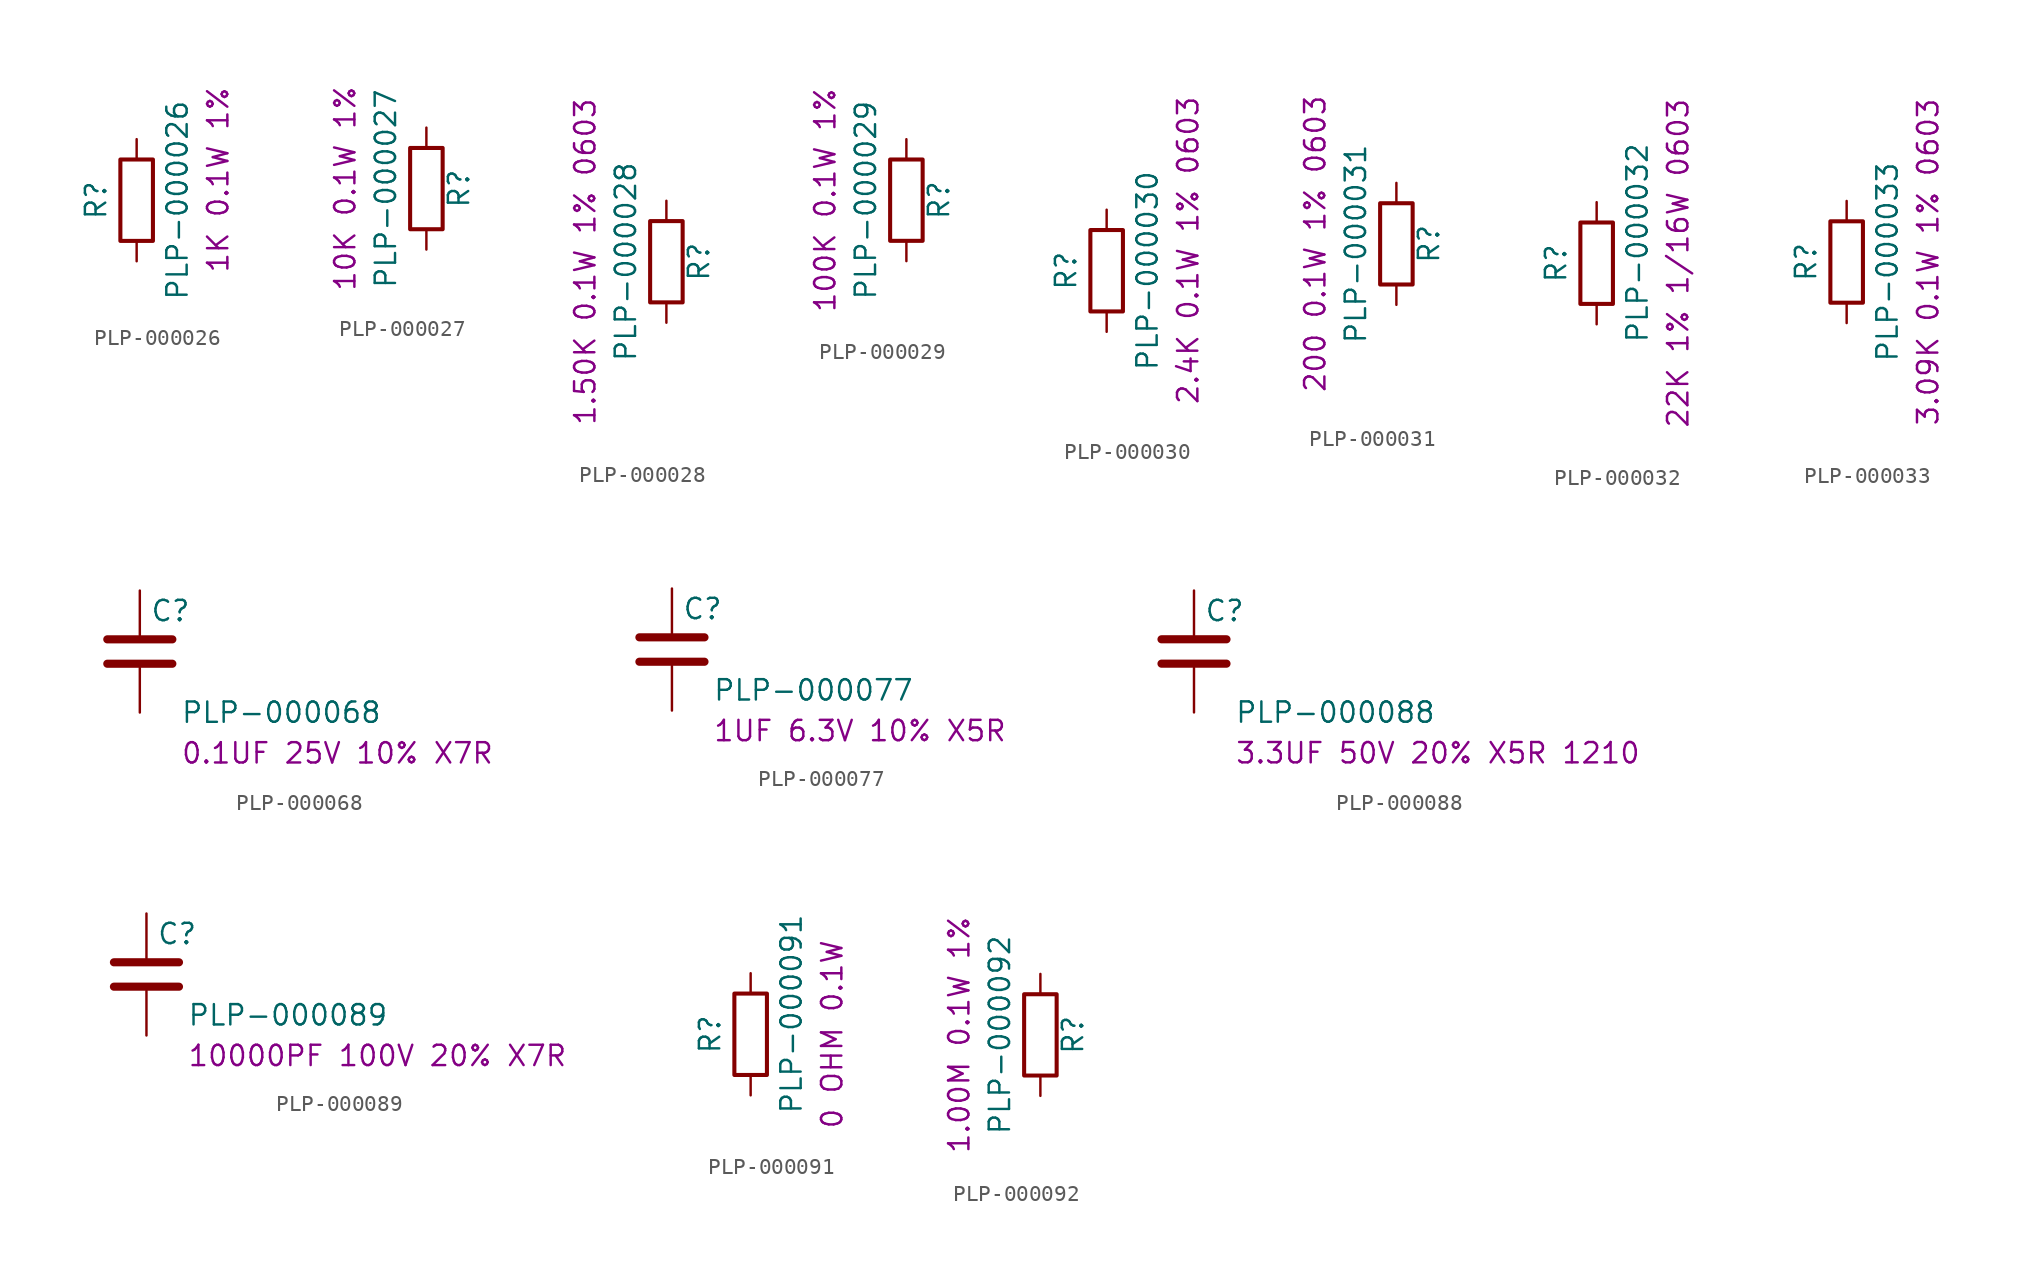
<source format=kicad_sym>
(kicad_symbol_lib
  (version 20241209)
  (generator "kicad_symbol_editor")
  (generator_version "9.0")
  (symbol "PLP-000026"
    (pin_numbers
      (hide yes))
    (pin_names
      (offset 0))
    (property "Reference" "R"
      (at -2.54 0 90)
      (effects (font (size 1.27 1.27))))
    (property "Value" "PLP-000026"
      (at 2.54 0 90)
      (effects (font (size 1.27 1.27))))
    (property "Info" "1K 0.1W 1%"
      (at 5.08 1.27 90)
      (effects (font (size 1.27 1.27))))
    (symbol "PLP-000026_0_1"
      (rectangle (start -1.016 -2.54) (end 1.016 2.54) (stroke (width 0.254) (type default)) (fill (type none))))
    (symbol "PLP-000026_1_1"
      (pin passive line (at 0 3.81 270) (length 1.27) (name "~" (effects (font (size 1.27 1.27)))) (number "1" (effects (font (size 1.27 1.27)))))
      (pin passive line (at 0 -3.81 90) (length 1.27) (name "~" (effects (font (size 1.27 1.27)))) (number "2" (effects (font (size 1.27 1.27)))))))
  (symbol "PLP-000027"
    (pin_numbers
      (hide yes))
    (pin_names
      (offset 0))
    (property "Reference" "R"
      (at 2.032 0 90)
      (effects (font (size 1.27 1.27))))
    (property "Value" "PLP-000027"
      (at -2.54 0 90)
      (effects (font (size 1.27 1.27))))
    (property "Info" "10K 0.1W 1%"
      (at -5.08 0 90)
      (effects (font (size 1.27 1.27))))
    (symbol "PLP-000027_0_1"
      (rectangle (start -1.016 -2.54) (end 1.016 2.54) (stroke (width 0.254) (type default)) (fill (type none))))
    (symbol "PLP-000027_1_1"
      (pin passive line (at 0 3.81 270) (length 1.27) (name "~" (effects (font (size 1.27 1.27)))) (number "1" (effects (font (size 1.27 1.27)))))
      (pin passive line (at 0 -3.81 90) (length 1.27) (name "~" (effects (font (size 1.27 1.27)))) (number "2" (effects (font (size 1.27 1.27)))))))
  (symbol "PLP-000028"
    (pin_numbers
      (hide yes))
    (pin_names
      (offset 0))
    (property "Reference" "R"
      (at 2.032 0 90)
      (effects (font (size 1.27 1.27))))
    (property "Value" "PLP-000028"
      (at -2.54 0 90)
      (effects (font (size 1.27 1.27))))
    (property "Info" "1.50K 0.1W 1% 0603"
      (at -5.08 0 90)
      (effects (font (size 1.27 1.27))))
    (symbol "PLP-000028_0_1"
      (rectangle (start -1.016 -2.54) (end 1.016 2.54) (stroke (width 0.254) (type default)) (fill (type none))))
    (symbol "PLP-000028_1_1"
      (pin passive line (at 0 3.81 270) (length 1.27) (name "~" (effects (font (size 1.27 1.27)))) (number "1" (effects (font (size 1.27 1.27)))))
      (pin passive line (at 0 -3.81 90) (length 1.27) (name "~" (effects (font (size 1.27 1.27)))) (number "2" (effects (font (size 1.27 1.27)))))))
  (symbol "PLP-000029"
    (pin_numbers
      (hide yes))
    (pin_names
      (offset 0))
    (property "Reference" "R"
      (at 2.032 0 90)
      (effects (font (size 1.27 1.27))))
    (property "Value" "PLP-000029"
      (at -2.54 0 90)
      (effects (font (size 1.27 1.27))))
    (property "Info" "100K 0.1W 1%"
      (at -5.08 0 90)
      (effects (font (size 1.27 1.27))))
    (symbol "PLP-000029_0_1"
      (rectangle (start -1.016 -2.54) (end 1.016 2.54) (stroke (width 0.254) (type default)) (fill (type none))))
    (symbol "PLP-000029_1_1"
      (pin passive line (at 0 3.81 270) (length 1.27) (name "~" (effects (font (size 1.27 1.27)))) (number "1" (effects (font (size 1.27 1.27)))))
      (pin passive line (at 0 -3.81 90) (length 1.27) (name "~" (effects (font (size 1.27 1.27)))) (number "2" (effects (font (size 1.27 1.27)))))))
  (symbol "PLP-000030"
    (pin_numbers
      (hide yes))
    (pin_names
      (offset 0))
    (property "Reference" "R"
      (at -2.54 0 90)
      (effects (font (size 1.27 1.27))))
    (property "Value" "PLP-000030"
      (at 2.54 0 90)
      (effects (font (size 1.27 1.27))))
    (property "Info" "2.4K 0.1W 1% 0603"
      (at 5.08 1.27 90)
      (effects (font (size 1.27 1.27))))
    (symbol "PLP-000030_0_1"
      (rectangle (start -1.016 -2.54) (end 1.016 2.54) (stroke (width 0.254) (type default)) (fill (type none))))
    (symbol "PLP-000030_1_1"
      (pin passive line (at 0 3.81 270) (length 1.27) (name "~" (effects (font (size 1.27 1.27)))) (number "1" (effects (font (size 1.27 1.27)))))
      (pin passive line (at 0 -3.81 90) (length 1.27) (name "~" (effects (font (size 1.27 1.27)))) (number "2" (effects (font (size 1.27 1.27)))))))
  (symbol "PLP-000031"
    (pin_numbers
      (hide yes))
    (pin_names
      (offset 0))
    (property "Reference" "R"
      (at 2.032 0 90)
      (effects (font (size 1.27 1.27))))
    (property "Value" "PLP-000031"
      (at -2.54 0 90)
      (effects (font (size 1.27 1.27))))
    (property "Info" "200 0.1W 1% 0603"
      (at -5.08 0 90)
      (effects (font (size 1.27 1.27))))
    (symbol "PLP-000031_0_1"
      (rectangle (start -1.016 -2.54) (end 1.016 2.54) (stroke (width 0.254) (type default)) (fill (type none))))
    (symbol "PLP-000031_1_1"
      (pin passive line (at 0 3.81 270) (length 1.27) (name "~" (effects (font (size 1.27 1.27)))) (number "1" (effects (font (size 1.27 1.27)))))
      (pin passive line (at 0 -3.81 90) (length 1.27) (name "~" (effects (font (size 1.27 1.27)))) (number "2" (effects (font (size 1.27 1.27)))))))
  (symbol "PLP-000032"
    (pin_numbers
      (hide yes))
    (pin_names
      (offset 0))
    (property "Reference" "R"
      (at -2.54 0 90)
      (effects (font (size 1.27 1.27))))
    (property "Value" "PLP-000032"
      (at 2.54 1.27 90)
      (effects (font (size 1.27 1.27))))
    (property "Info" "22K 1% 1/16W 0603"
      (at 5.08 0 90)
      (effects (font (size 1.27 1.27))))
    (symbol "PLP-000032_0_1"
      (rectangle (start -1.016 -2.54) (end 1.016 2.54) (stroke (width 0.254) (type default)) (fill (type none))))
    (symbol "PLP-000032_1_1"
      (pin passive line (at 0 3.81 270) (length 1.27) (name "~" (effects (font (size 1.27 1.27)))) (number "1" (effects (font (size 1.27 1.27)))))
      (pin passive line (at 0 -3.81 90) (length 1.27) (name "~" (effects (font (size 1.27 1.27)))) (number "2" (effects (font (size 1.27 1.27)))))))
  (symbol "PLP-000033"
    (pin_numbers
      (hide yes))
    (pin_names
      (offset 0))
    (property "Reference" "R"
      (at -2.54 0 90)
      (effects (font (size 1.27 1.27))))
    (property "Value" "PLP-000033"
      (at 2.54 0 90)
      (effects (font (size 1.27 1.27))))
    (property "Info" "3.09K 0.1W 1% 0603"
      (at 5.08 0 90)
      (effects (font (size 1.27 1.27))))
    (symbol "PLP-000033_0_1"
      (rectangle (start -1.016 -2.54) (end 1.016 2.54) (stroke (width 0.254) (type default)) (fill (type none))))
    (symbol "PLP-000033_1_1"
      (pin passive line (at 0 3.81 270) (length 1.27) (name "~" (effects (font (size 1.27 1.27)))) (number "1" (effects (font (size 1.27 1.27)))))
      (pin passive line (at 0 -3.81 90) (length 1.27) (name "~" (effects (font (size 1.27 1.27)))) (number "2" (effects (font (size 1.27 1.27)))))))
  (symbol "PLP-000068"
    (pin_numbers
      (hide yes))
    (pin_names
      (offset 0.254))
    (property "Reference" "C"
      (at 0.635 2.54 0)
      (effects (font (size 1.27 1.27)) (justify left)))
    (property "Value" "PLP-000068"
      (at 2.54 -3.81 0)
      (effects (font (size 1.27 1.27)) (justify left)))
    (property "Info" "0.1UF 25V 10% X7R"
      (at 2.54 -6.35 0)
      (effects (font (size 1.27 1.27)) (justify left)))
    (symbol "PLP-000068_0_1"
      (polyline (pts (xy -2.032 0.762) (xy 2.032 0.762)) (stroke (width 0.508) (type default)) (fill (type none)))
      (polyline (pts (xy -2.032 -0.762) (xy 2.032 -0.762)) (stroke (width 0.508) (type default)) (fill (type none))))
    (symbol "PLP-000068_1_1"
      (pin passive line (at 0 3.81 270) (length 2.794) (name "~" (effects (font (size 1.27 1.27)))) (number "1" (effects (font (size 1.27 1.27)))))
      (pin passive line (at 0 -3.81 90) (length 2.794) (name "~" (effects (font (size 1.27 1.27)))) (number "2" (effects (font (size 1.27 1.27)))))))
  (symbol "PLP-000077"
    (pin_numbers
      (hide yes))
    (pin_names
      (offset 0.254))
    (property "Reference" "C"
      (at 0.635 2.54 0)
      (effects (font (size 1.27 1.27)) (justify left)))
    (property "Value" "PLP-000077"
      (at 2.54 -2.54 0)
      (effects (font (size 1.27 1.27)) (justify left)))
    (property "Info" "1UF 6.3V 10% X5R"
      (at 2.54 -5.08 0)
      (effects (font (size 1.27 1.27)) (justify left)))
    (symbol "PLP-000077_0_1"
      (polyline (pts (xy -2.032 0.762) (xy 2.032 0.762)) (stroke (width 0.508) (type default)) (fill (type none)))
      (polyline (pts (xy -2.032 -0.762) (xy 2.032 -0.762)) (stroke (width 0.508) (type default)) (fill (type none))))
    (symbol "PLP-000077_1_1"
      (pin passive line (at 0 3.81 270) (length 2.794) (name "~" (effects (font (size 1.27 1.27)))) (number "1" (effects (font (size 1.27 1.27)))))
      (pin passive line (at 0 -3.81 90) (length 2.794) (name "~" (effects (font (size 1.27 1.27)))) (number "2" (effects (font (size 1.27 1.27)))))))
  (symbol "PLP-000088"
    (pin_numbers
      (hide yes))
    (pin_names
      (offset 0.254))
    (property "Reference" "C"
      (at 0.635 2.54 0)
      (effects (font (size 1.27 1.27)) (justify left)))
    (property "Value" "PLP-000088"
      (at 2.54 -3.81 0)
      (effects (font (size 1.27 1.27)) (justify left)))
    (property "Info" "3.3UF 50V 20% X5R 1210"
      (at 2.54 -6.35 0)
      (effects (font (size 1.27 1.27)) (justify left)))
    (symbol "PLP-000088_0_1"
      (polyline (pts (xy -2.032 0.762) (xy 2.032 0.762)) (stroke (width 0.508) (type default)) (fill (type none)))
      (polyline (pts (xy -2.032 -0.762) (xy 2.032 -0.762)) (stroke (width 0.508) (type default)) (fill (type none))))
    (symbol "PLP-000088_1_1"
      (pin passive line (at 0 3.81 270) (length 2.794) (name "~" (effects (font (size 1.27 1.27)))) (number "1" (effects (font (size 1.27 1.27)))))
      (pin passive line (at 0 -3.81 90) (length 2.794) (name "~" (effects (font (size 1.27 1.27)))) (number "2" (effects (font (size 1.27 1.27)))))))
  (symbol "PLP-000089"
    (pin_numbers
      (hide yes))
    (pin_names
      (offset 0.254))
    (property "Reference" "C"
      (at 0.635 2.54 0)
      (effects (font (size 1.27 1.27)) (justify left)))
    (property "Value" "PLP-000089"
      (at 2.54 -2.54 0)
      (effects (font (size 1.27 1.27)) (justify left)))
    (property "Info" "10000PF 100V 20% X7R"
      (at 2.54 -5.08 0)
      (effects (font (size 1.27 1.27)) (justify left)))
    (symbol "PLP-000089_0_1"
      (polyline (pts (xy -2.032 0.762) (xy 2.032 0.762)) (stroke (width 0.508) (type default)) (fill (type none)))
      (polyline (pts (xy -2.032 -0.762) (xy 2.032 -0.762)) (stroke (width 0.508) (type default)) (fill (type none))))
    (symbol "PLP-000089_1_1"
      (pin passive line (at 0 3.81 270) (length 2.794) (name "~" (effects (font (size 1.27 1.27)))) (number "1" (effects (font (size 1.27 1.27)))))
      (pin passive line (at 0 -3.81 90) (length 2.794) (name "~" (effects (font (size 1.27 1.27)))) (number "2" (effects (font (size 1.27 1.27)))))))
  (symbol "PLP-000091"
    (pin_numbers
      (hide yes))
    (pin_names
      (offset 0))
    (property "Reference" "R"
      (at -2.54 0 90)
      (effects (font (size 1.27 1.27))))
    (property "Value" "PLP-000091"
      (at 2.54 1.27 90)
      (effects (font (size 1.27 1.27))))
    (property "Info" "0 OHM 0.1W"
      (at 5.08 0 90)
      (effects (font (size 1.27 1.27))))
    (symbol "PLP-000091_0_1"
      (rectangle (start -1.016 -2.54) (end 1.016 2.54) (stroke (width 0.254) (type default)) (fill (type none))))
    (symbol "PLP-000091_1_1"
      (pin passive line (at 0 3.81 270) (length 1.27) (name "~" (effects (font (size 1.27 1.27)))) (number "1" (effects (font (size 1.27 1.27)))))
      (pin passive line (at 0 -3.81 90) (length 1.27) (name "~" (effects (font (size 1.27 1.27)))) (number "2" (effects (font (size 1.27 1.27)))))))
  (symbol "PLP-000092"
    (pin_numbers
      (hide yes))
    (pin_names
      (offset 0))
    (property "Reference" "R"
      (at 2.032 0 90)
      (effects (font (size 1.27 1.27))))
    (property "Value" "PLP-000092"
      (at -2.54 0 90)
      (effects (font (size 1.27 1.27))))
    (property "Info" "1.00M 0.1W 1%"
      (at -5.08 0 90)
      (effects (font (size 1.27 1.27))))
    (symbol "PLP-000092_0_1"
      (rectangle (start -1.016 -2.54) (end 1.016 2.54) (stroke (width 0.254) (type default)) (fill (type none))))
    (symbol "PLP-000092_1_1"
      (pin passive line (at 0 3.81 270) (length 1.27) (name "~" (effects (font (size 1.27 1.27)))) (number "1" (effects (font (size 1.27 1.27)))))
      (pin passive line (at 0 -3.81 90) (length 1.27) (name "~" (effects (font (size 1.27 1.27)))) (number "2" (effects (font (size 1.27 1.27))))))))
</source>
